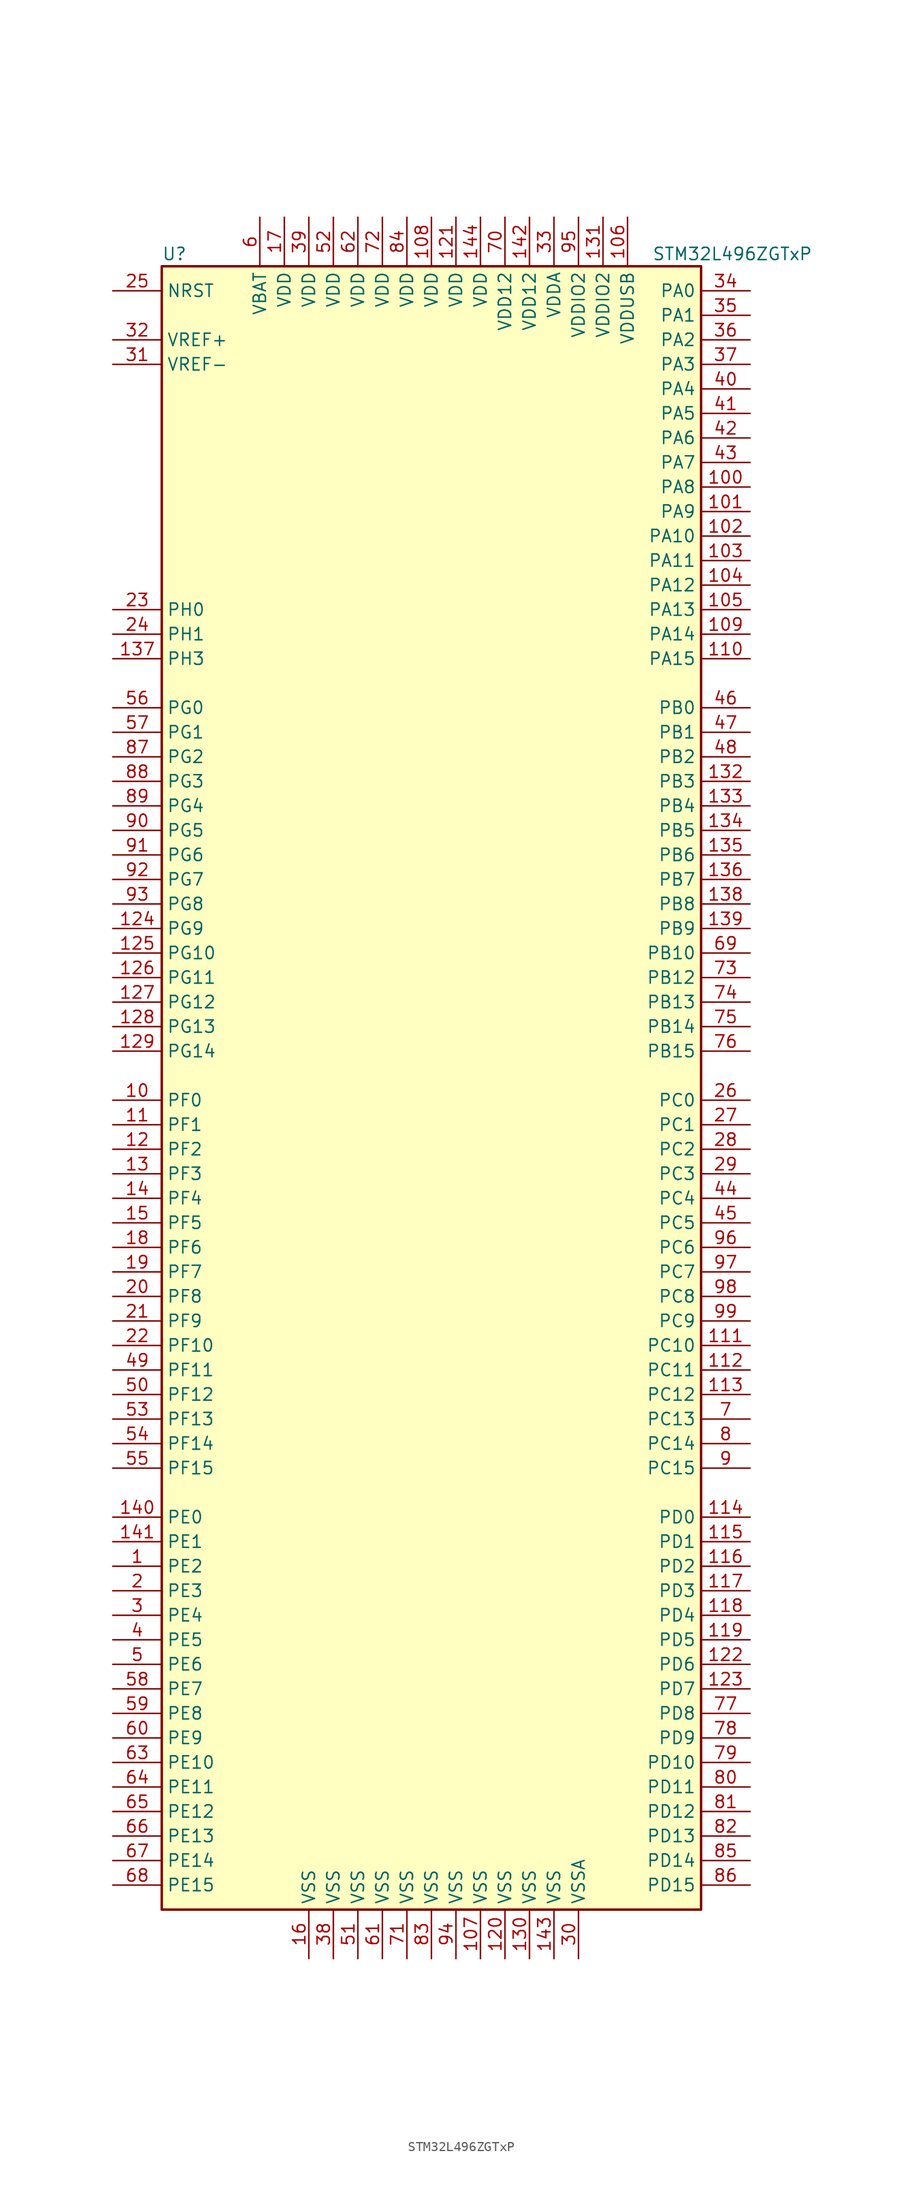
<source format=kicad_sym>
(kicad_symbol_lib
  (version 20211014)
  (generator kicad_symbol_editor)
  (symbol "STM32L496ZGTxP"
    (property "Reference" "U"
      (at -27.94 85.09 0)
      (effects (font (size 1.27 1.27)) (justify left)))
    (property "Value" "STM32L496ZGTxP"
      (at 22.86 85.09 0)
      (effects (font (size 1.27 1.27)) (justify left)))
    (symbol "STM32L496ZGTxP_0_1"
      (rectangle (start -27.94 -86.36) (end 27.94 83.82) (stroke (width 0.254) (type default) (color 0 0 0 0)) (fill (type background))))
    (symbol "STM32L496ZGTxP_1_1"
      (pin bidirectional line (at -33.02 -50.8 0) (length 5.08) (name "PE2" (effects (font (size 1.27 1.27)))) (number "1" (effects (font (size 1.27 1.27)))))
      (pin bidirectional line (at -33.02 -2.54 0) (length 5.08) (name "PF0" (effects (font (size 1.27 1.27)))) (number "10" (effects (font (size 1.27 1.27)))))
      (pin bidirectional line (at 33.02 60.96 180) (length 5.08) (name "PA8" (effects (font (size 1.27 1.27)))) (number "100" (effects (font (size 1.27 1.27)))))
      (pin bidirectional line (at 33.02 58.42 180) (length 5.08) (name "PA9" (effects (font (size 1.27 1.27)))) (number "101" (effects (font (size 1.27 1.27)))))
      (pin bidirectional line (at 33.02 55.88 180) (length 5.08) (name "PA10" (effects (font (size 1.27 1.27)))) (number "102" (effects (font (size 1.27 1.27)))))
      (pin bidirectional line (at 33.02 53.34 180) (length 5.08) (name "PA11" (effects (font (size 1.27 1.27)))) (number "103" (effects (font (size 1.27 1.27)))))
      (pin bidirectional line (at 33.02 50.8 180) (length 5.08) (name "PA12" (effects (font (size 1.27 1.27)))) (number "104" (effects (font (size 1.27 1.27)))))
      (pin bidirectional line (at 33.02 48.26 180) (length 5.08) (name "PA13" (effects (font (size 1.27 1.27)))) (number "105" (effects (font (size 1.27 1.27)))))
      (pin power_in line (at 20.32 88.9 270) (length 5.08) (name "VDDUSB" (effects (font (size 1.27 1.27)))) (number "106" (effects (font (size 1.27 1.27)))))
      (pin power_in line (at 5.08 -91.44 90) (length 5.08) (name "VSS" (effects (font (size 1.27 1.27)))) (number "107" (effects (font (size 1.27 1.27)))))
      (pin power_in line (at 0 88.9 270) (length 5.08) (name "VDD" (effects (font (size 1.27 1.27)))) (number "108" (effects (font (size 1.27 1.27)))))
      (pin bidirectional line (at 33.02 45.72 180) (length 5.08) (name "PA14" (effects (font (size 1.27 1.27)))) (number "109" (effects (font (size 1.27 1.27)))))
      (pin bidirectional line (at -33.02 -5.08 0) (length 5.08) (name "PF1" (effects (font (size 1.27 1.27)))) (number "11" (effects (font (size 1.27 1.27)))))
      (pin bidirectional line (at 33.02 43.18 180) (length 5.08) (name "PA15" (effects (font (size 1.27 1.27)))) (number "110" (effects (font (size 1.27 1.27)))))
      (pin bidirectional line (at 33.02 -27.94 180) (length 5.08) (name "PC10" (effects (font (size 1.27 1.27)))) (number "111" (effects (font (size 1.27 1.27)))))
      (pin bidirectional line (at 33.02 -30.48 180) (length 5.08) (name "PC11" (effects (font (size 1.27 1.27)))) (number "112" (effects (font (size 1.27 1.27)))))
      (pin bidirectional line (at 33.02 -33.02 180) (length 5.08) (name "PC12" (effects (font (size 1.27 1.27)))) (number "113" (effects (font (size 1.27 1.27)))))
      (pin bidirectional line (at 33.02 -45.72 180) (length 5.08) (name "PD0" (effects (font (size 1.27 1.27)))) (number "114" (effects (font (size 1.27 1.27)))))
      (pin bidirectional line (at 33.02 -48.26 180) (length 5.08) (name "PD1" (effects (font (size 1.27 1.27)))) (number "115" (effects (font (size 1.27 1.27)))))
      (pin bidirectional line (at 33.02 -50.8 180) (length 5.08) (name "PD2" (effects (font (size 1.27 1.27)))) (number "116" (effects (font (size 1.27 1.27)))))
      (pin bidirectional line (at 33.02 -53.34 180) (length 5.08) (name "PD3" (effects (font (size 1.27 1.27)))) (number "117" (effects (font (size 1.27 1.27)))))
      (pin bidirectional line (at 33.02 -55.88 180) (length 5.08) (name "PD4" (effects (font (size 1.27 1.27)))) (number "118" (effects (font (size 1.27 1.27)))))
      (pin bidirectional line (at 33.02 -58.42 180) (length 5.08) (name "PD5" (effects (font (size 1.27 1.27)))) (number "119" (effects (font (size 1.27 1.27)))))
      (pin bidirectional line (at -33.02 -7.62 0) (length 5.08) (name "PF2" (effects (font (size 1.27 1.27)))) (number "12" (effects (font (size 1.27 1.27)))))
      (pin power_in line (at 7.62 -91.44 90) (length 5.08) (name "VSS" (effects (font (size 1.27 1.27)))) (number "120" (effects (font (size 1.27 1.27)))))
      (pin power_in line (at 2.54 88.9 270) (length 5.08) (name "VDD" (effects (font (size 1.27 1.27)))) (number "121" (effects (font (size 1.27 1.27)))))
      (pin bidirectional line (at 33.02 -60.96 180) (length 5.08) (name "PD6" (effects (font (size 1.27 1.27)))) (number "122" (effects (font (size 1.27 1.27)))))
      (pin bidirectional line (at 33.02 -63.5 180) (length 5.08) (name "PD7" (effects (font (size 1.27 1.27)))) (number "123" (effects (font (size 1.27 1.27)))))
      (pin bidirectional line (at -33.02 15.24 0) (length 5.08) (name "PG9" (effects (font (size 1.27 1.27)))) (number "124" (effects (font (size 1.27 1.27)))))
      (pin bidirectional line (at -33.02 12.7 0) (length 5.08) (name "PG10" (effects (font (size 1.27 1.27)))) (number "125" (effects (font (size 1.27 1.27)))))
      (pin bidirectional line (at -33.02 10.16 0) (length 5.08) (name "PG11" (effects (font (size 1.27 1.27)))) (number "126" (effects (font (size 1.27 1.27)))))
      (pin bidirectional line (at -33.02 7.62 0) (length 5.08) (name "PG12" (effects (font (size 1.27 1.27)))) (number "127" (effects (font (size 1.27 1.27)))))
      (pin bidirectional line (at -33.02 5.08 0) (length 5.08) (name "PG13" (effects (font (size 1.27 1.27)))) (number "128" (effects (font (size 1.27 1.27)))))
      (pin bidirectional line (at -33.02 2.54 0) (length 5.08) (name "PG14" (effects (font (size 1.27 1.27)))) (number "129" (effects (font (size 1.27 1.27)))))
      (pin bidirectional line (at -33.02 -10.16 0) (length 5.08) (name "PF3" (effects (font (size 1.27 1.27)))) (number "13" (effects (font (size 1.27 1.27)))))
      (pin power_in line (at 10.16 -91.44 90) (length 5.08) (name "VSS" (effects (font (size 1.27 1.27)))) (number "130" (effects (font (size 1.27 1.27)))))
      (pin power_in line (at 17.78 88.9 270) (length 5.08) (name "VDDIO2" (effects (font (size 1.27 1.27)))) (number "131" (effects (font (size 1.27 1.27)))))
      (pin bidirectional line (at 33.02 30.48 180) (length 5.08) (name "PB3" (effects (font (size 1.27 1.27)))) (number "132" (effects (font (size 1.27 1.27)))))
      (pin bidirectional line (at 33.02 27.94 180) (length 5.08) (name "PB4" (effects (font (size 1.27 1.27)))) (number "133" (effects (font (size 1.27 1.27)))))
      (pin bidirectional line (at 33.02 25.4 180) (length 5.08) (name "PB5" (effects (font (size 1.27 1.27)))) (number "134" (effects (font (size 1.27 1.27)))))
      (pin bidirectional line (at 33.02 22.86 180) (length 5.08) (name "PB6" (effects (font (size 1.27 1.27)))) (number "135" (effects (font (size 1.27 1.27)))))
      (pin bidirectional line (at 33.02 20.32 180) (length 5.08) (name "PB7" (effects (font (size 1.27 1.27)))) (number "136" (effects (font (size 1.27 1.27)))))
      (pin bidirectional line (at -33.02 43.18 0) (length 5.08) (name "PH3" (effects (font (size 1.27 1.27)))) (number "137" (effects (font (size 1.27 1.27)))))
      (pin bidirectional line (at 33.02 17.78 180) (length 5.08) (name "PB8" (effects (font (size 1.27 1.27)))) (number "138" (effects (font (size 1.27 1.27)))))
      (pin bidirectional line (at 33.02 15.24 180) (length 5.08) (name "PB9" (effects (font (size 1.27 1.27)))) (number "139" (effects (font (size 1.27 1.27)))))
      (pin bidirectional line (at -33.02 -12.7 0) (length 5.08) (name "PF4" (effects (font (size 1.27 1.27)))) (number "14" (effects (font (size 1.27 1.27)))))
      (pin bidirectional line (at -33.02 -45.72 0) (length 5.08) (name "PE0" (effects (font (size 1.27 1.27)))) (number "140" (effects (font (size 1.27 1.27)))))
      (pin bidirectional line (at -33.02 -48.26 0) (length 5.08) (name "PE1" (effects (font (size 1.27 1.27)))) (number "141" (effects (font (size 1.27 1.27)))))
      (pin power_in line (at 10.16 88.9 270) (length 5.08) (name "VDD12" (effects (font (size 1.27 1.27)))) (number "142" (effects (font (size 1.27 1.27)))))
      (pin power_in line (at 12.7 -91.44 90) (length 5.08) (name "VSS" (effects (font (size 1.27 1.27)))) (number "143" (effects (font (size 1.27 1.27)))))
      (pin power_in line (at 5.08 88.9 270) (length 5.08) (name "VDD" (effects (font (size 1.27 1.27)))) (number "144" (effects (font (size 1.27 1.27)))))
      (pin bidirectional line (at -33.02 -15.24 0) (length 5.08) (name "PF5" (effects (font (size 1.27 1.27)))) (number "15" (effects (font (size 1.27 1.27)))))
      (pin power_in line (at -12.7 -91.44 90) (length 5.08) (name "VSS" (effects (font (size 1.27 1.27)))) (number "16" (effects (font (size 1.27 1.27)))))
      (pin power_in line (at -15.24 88.9 270) (length 5.08) (name "VDD" (effects (font (size 1.27 1.27)))) (number "17" (effects (font (size 1.27 1.27)))))
      (pin bidirectional line (at -33.02 -17.78 0) (length 5.08) (name "PF6" (effects (font (size 1.27 1.27)))) (number "18" (effects (font (size 1.27 1.27)))))
      (pin bidirectional line (at -33.02 -20.32 0) (length 5.08) (name "PF7" (effects (font (size 1.27 1.27)))) (number "19" (effects (font (size 1.27 1.27)))))
      (pin bidirectional line (at -33.02 -53.34 0) (length 5.08) (name "PE3" (effects (font (size 1.27 1.27)))) (number "2" (effects (font (size 1.27 1.27)))))
      (pin bidirectional line (at -33.02 -22.86 0) (length 5.08) (name "PF8" (effects (font (size 1.27 1.27)))) (number "20" (effects (font (size 1.27 1.27)))))
      (pin bidirectional line (at -33.02 -25.4 0) (length 5.08) (name "PF9" (effects (font (size 1.27 1.27)))) (number "21" (effects (font (size 1.27 1.27)))))
      (pin bidirectional line (at -33.02 -27.94 0) (length 5.08) (name "PF10" (effects (font (size 1.27 1.27)))) (number "22" (effects (font (size 1.27 1.27)))))
      (pin input line (at -33.02 48.26 0) (length 5.08) (name "PH0" (effects (font (size 1.27 1.27)))) (number "23" (effects (font (size 1.27 1.27)))))
      (pin input line (at -33.02 45.72 0) (length 5.08) (name "PH1" (effects (font (size 1.27 1.27)))) (number "24" (effects (font (size 1.27 1.27)))))
      (pin input line (at -33.02 81.28 0) (length 5.08) (name "NRST" (effects (font (size 1.27 1.27)))) (number "25" (effects (font (size 1.27 1.27)))))
      (pin bidirectional line (at 33.02 -2.54 180) (length 5.08) (name "PC0" (effects (font (size 1.27 1.27)))) (number "26" (effects (font (size 1.27 1.27)))))
      (pin bidirectional line (at 33.02 -5.08 180) (length 5.08) (name "PC1" (effects (font (size 1.27 1.27)))) (number "27" (effects (font (size 1.27 1.27)))))
      (pin bidirectional line (at 33.02 -7.62 180) (length 5.08) (name "PC2" (effects (font (size 1.27 1.27)))) (number "28" (effects (font (size 1.27 1.27)))))
      (pin bidirectional line (at 33.02 -10.16 180) (length 5.08) (name "PC3" (effects (font (size 1.27 1.27)))) (number "29" (effects (font (size 1.27 1.27)))))
      (pin bidirectional line (at -33.02 -55.88 0) (length 5.08) (name "PE4" (effects (font (size 1.27 1.27)))) (number "3" (effects (font (size 1.27 1.27)))))
      (pin power_in line (at 15.24 -91.44 90) (length 5.08) (name "VSSA" (effects (font (size 1.27 1.27)))) (number "30" (effects (font (size 1.27 1.27)))))
      (pin power_in line (at -33.02 73.66 0) (length 5.08) (name "VREF-" (effects (font (size 1.27 1.27)))) (number "31" (effects (font (size 1.27 1.27)))))
      (pin bidirectional line (at -33.02 76.2 0) (length 5.08) (name "VREF+" (effects (font (size 1.27 1.27)))) (number "32" (effects (font (size 1.27 1.27)))))
      (pin power_in line (at 12.7 88.9 270) (length 5.08) (name "VDDA" (effects (font (size 1.27 1.27)))) (number "33" (effects (font (size 1.27 1.27)))))
      (pin bidirectional line (at 33.02 81.28 180) (length 5.08) (name "PA0" (effects (font (size 1.27 1.27)))) (number "34" (effects (font (size 1.27 1.27)))))
      (pin bidirectional line (at 33.02 78.74 180) (length 5.08) (name "PA1" (effects (font (size 1.27 1.27)))) (number "35" (effects (font (size 1.27 1.27)))))
      (pin bidirectional line (at 33.02 76.2 180) (length 5.08) (name "PA2" (effects (font (size 1.27 1.27)))) (number "36" (effects (font (size 1.27 1.27)))))
      (pin bidirectional line (at 33.02 73.66 180) (length 5.08) (name "PA3" (effects (font (size 1.27 1.27)))) (number "37" (effects (font (size 1.27 1.27)))))
      (pin power_in line (at -10.16 -91.44 90) (length 5.08) (name "VSS" (effects (font (size 1.27 1.27)))) (number "38" (effects (font (size 1.27 1.27)))))
      (pin power_in line (at -12.7 88.9 270) (length 5.08) (name "VDD" (effects (font (size 1.27 1.27)))) (number "39" (effects (font (size 1.27 1.27)))))
      (pin bidirectional line (at -33.02 -58.42 0) (length 5.08) (name "PE5" (effects (font (size 1.27 1.27)))) (number "4" (effects (font (size 1.27 1.27)))))
      (pin bidirectional line (at 33.02 71.12 180) (length 5.08) (name "PA4" (effects (font (size 1.27 1.27)))) (number "40" (effects (font (size 1.27 1.27)))))
      (pin bidirectional line (at 33.02 68.58 180) (length 5.08) (name "PA5" (effects (font (size 1.27 1.27)))) (number "41" (effects (font (size 1.27 1.27)))))
      (pin bidirectional line (at 33.02 66.04 180) (length 5.08) (name "PA6" (effects (font (size 1.27 1.27)))) (number "42" (effects (font (size 1.27 1.27)))))
      (pin bidirectional line (at 33.02 63.5 180) (length 5.08) (name "PA7" (effects (font (size 1.27 1.27)))) (number "43" (effects (font (size 1.27 1.27)))))
      (pin bidirectional line (at 33.02 -12.7 180) (length 5.08) (name "PC4" (effects (font (size 1.27 1.27)))) (number "44" (effects (font (size 1.27 1.27)))))
      (pin bidirectional line (at 33.02 -15.24 180) (length 5.08) (name "PC5" (effects (font (size 1.27 1.27)))) (number "45" (effects (font (size 1.27 1.27)))))
      (pin bidirectional line (at 33.02 38.1 180) (length 5.08) (name "PB0" (effects (font (size 1.27 1.27)))) (number "46" (effects (font (size 1.27 1.27)))))
      (pin bidirectional line (at 33.02 35.56 180) (length 5.08) (name "PB1" (effects (font (size 1.27 1.27)))) (number "47" (effects (font (size 1.27 1.27)))))
      (pin bidirectional line (at 33.02 33.02 180) (length 5.08) (name "PB2" (effects (font (size 1.27 1.27)))) (number "48" (effects (font (size 1.27 1.27)))))
      (pin bidirectional line (at -33.02 -30.48 0) (length 5.08) (name "PF11" (effects (font (size 1.27 1.27)))) (number "49" (effects (font (size 1.27 1.27)))))
      (pin bidirectional line (at -33.02 -60.96 0) (length 5.08) (name "PE6" (effects (font (size 1.27 1.27)))) (number "5" (effects (font (size 1.27 1.27)))))
      (pin bidirectional line (at -33.02 -33.02 0) (length 5.08) (name "PF12" (effects (font (size 1.27 1.27)))) (number "50" (effects (font (size 1.27 1.27)))))
      (pin power_in line (at -7.62 -91.44 90) (length 5.08) (name "VSS" (effects (font (size 1.27 1.27)))) (number "51" (effects (font (size 1.27 1.27)))))
      (pin power_in line (at -10.16 88.9 270) (length 5.08) (name "VDD" (effects (font (size 1.27 1.27)))) (number "52" (effects (font (size 1.27 1.27)))))
      (pin bidirectional line (at -33.02 -35.56 0) (length 5.08) (name "PF13" (effects (font (size 1.27 1.27)))) (number "53" (effects (font (size 1.27 1.27)))))
      (pin bidirectional line (at -33.02 -38.1 0) (length 5.08) (name "PF14" (effects (font (size 1.27 1.27)))) (number "54" (effects (font (size 1.27 1.27)))))
      (pin bidirectional line (at -33.02 -40.64 0) (length 5.08) (name "PF15" (effects (font (size 1.27 1.27)))) (number "55" (effects (font (size 1.27 1.27)))))
      (pin bidirectional line (at -33.02 38.1 0) (length 5.08) (name "PG0" (effects (font (size 1.27 1.27)))) (number "56" (effects (font (size 1.27 1.27)))))
      (pin bidirectional line (at -33.02 35.56 0) (length 5.08) (name "PG1" (effects (font (size 1.27 1.27)))) (number "57" (effects (font (size 1.27 1.27)))))
      (pin bidirectional line (at -33.02 -63.5 0) (length 5.08) (name "PE7" (effects (font (size 1.27 1.27)))) (number "58" (effects (font (size 1.27 1.27)))))
      (pin bidirectional line (at -33.02 -66.04 0) (length 5.08) (name "PE8" (effects (font (size 1.27 1.27)))) (number "59" (effects (font (size 1.27 1.27)))))
      (pin power_in line (at -17.78 88.9 270) (length 5.08) (name "VBAT" (effects (font (size 1.27 1.27)))) (number "6" (effects (font (size 1.27 1.27)))))
      (pin bidirectional line (at -33.02 -68.58 0) (length 5.08) (name "PE9" (effects (font (size 1.27 1.27)))) (number "60" (effects (font (size 1.27 1.27)))))
      (pin power_in line (at -5.08 -91.44 90) (length 5.08) (name "VSS" (effects (font (size 1.27 1.27)))) (number "61" (effects (font (size 1.27 1.27)))))
      (pin power_in line (at -7.62 88.9 270) (length 5.08) (name "VDD" (effects (font (size 1.27 1.27)))) (number "62" (effects (font (size 1.27 1.27)))))
      (pin bidirectional line (at -33.02 -71.12 0) (length 5.08) (name "PE10" (effects (font (size 1.27 1.27)))) (number "63" (effects (font (size 1.27 1.27)))))
      (pin bidirectional line (at -33.02 -73.66 0) (length 5.08) (name "PE11" (effects (font (size 1.27 1.27)))) (number "64" (effects (font (size 1.27 1.27)))))
      (pin bidirectional line (at -33.02 -76.2 0) (length 5.08) (name "PE12" (effects (font (size 1.27 1.27)))) (number "65" (effects (font (size 1.27 1.27)))))
      (pin bidirectional line (at -33.02 -78.74 0) (length 5.08) (name "PE13" (effects (font (size 1.27 1.27)))) (number "66" (effects (font (size 1.27 1.27)))))
      (pin bidirectional line (at -33.02 -81.28 0) (length 5.08) (name "PE14" (effects (font (size 1.27 1.27)))) (number "67" (effects (font (size 1.27 1.27)))))
      (pin bidirectional line (at -33.02 -83.82 0) (length 5.08) (name "PE15" (effects (font (size 1.27 1.27)))) (number "68" (effects (font (size 1.27 1.27)))))
      (pin bidirectional line (at 33.02 12.7 180) (length 5.08) (name "PB10" (effects (font (size 1.27 1.27)))) (number "69" (effects (font (size 1.27 1.27)))))
      (pin bidirectional line (at 33.02 -35.56 180) (length 5.08) (name "PC13" (effects (font (size 1.27 1.27)))) (number "7" (effects (font (size 1.27 1.27)))))
      (pin power_in line (at 7.62 88.9 270) (length 5.08) (name "VDD12" (effects (font (size 1.27 1.27)))) (number "70" (effects (font (size 1.27 1.27)))))
      (pin power_in line (at -2.54 -91.44 90) (length 5.08) (name "VSS" (effects (font (size 1.27 1.27)))) (number "71" (effects (font (size 1.27 1.27)))))
      (pin power_in line (at -5.08 88.9 270) (length 5.08) (name "VDD" (effects (font (size 1.27 1.27)))) (number "72" (effects (font (size 1.27 1.27)))))
      (pin bidirectional line (at 33.02 10.16 180) (length 5.08) (name "PB12" (effects (font (size 1.27 1.27)))) (number "73" (effects (font (size 1.27 1.27)))))
      (pin bidirectional line (at 33.02 7.62 180) (length 5.08) (name "PB13" (effects (font (size 1.27 1.27)))) (number "74" (effects (font (size 1.27 1.27)))))
      (pin bidirectional line (at 33.02 5.08 180) (length 5.08) (name "PB14" (effects (font (size 1.27 1.27)))) (number "75" (effects (font (size 1.27 1.27)))))
      (pin bidirectional line (at 33.02 2.54 180) (length 5.08) (name "PB15" (effects (font (size 1.27 1.27)))) (number "76" (effects (font (size 1.27 1.27)))))
      (pin bidirectional line (at 33.02 -66.04 180) (length 5.08) (name "PD8" (effects (font (size 1.27 1.27)))) (number "77" (effects (font (size 1.27 1.27)))))
      (pin bidirectional line (at 33.02 -68.58 180) (length 5.08) (name "PD9" (effects (font (size 1.27 1.27)))) (number "78" (effects (font (size 1.27 1.27)))))
      (pin bidirectional line (at 33.02 -71.12 180) (length 5.08) (name "PD10" (effects (font (size 1.27 1.27)))) (number "79" (effects (font (size 1.27 1.27)))))
      (pin bidirectional line (at 33.02 -38.1 180) (length 5.08) (name "PC14" (effects (font (size 1.27 1.27)))) (number "8" (effects (font (size 1.27 1.27)))))
      (pin bidirectional line (at 33.02 -73.66 180) (length 5.08) (name "PD11" (effects (font (size 1.27 1.27)))) (number "80" (effects (font (size 1.27 1.27)))))
      (pin bidirectional line (at 33.02 -76.2 180) (length 5.08) (name "PD12" (effects (font (size 1.27 1.27)))) (number "81" (effects (font (size 1.27 1.27)))))
      (pin bidirectional line (at 33.02 -78.74 180) (length 5.08) (name "PD13" (effects (font (size 1.27 1.27)))) (number "82" (effects (font (size 1.27 1.27)))))
      (pin power_in line (at 0 -91.44 90) (length 5.08) (name "VSS" (effects (font (size 1.27 1.27)))) (number "83" (effects (font (size 1.27 1.27)))))
      (pin power_in line (at -2.54 88.9 270) (length 5.08) (name "VDD" (effects (font (size 1.27 1.27)))) (number "84" (effects (font (size 1.27 1.27)))))
      (pin bidirectional line (at 33.02 -81.28 180) (length 5.08) (name "PD14" (effects (font (size 1.27 1.27)))) (number "85" (effects (font (size 1.27 1.27)))))
      (pin bidirectional line (at 33.02 -83.82 180) (length 5.08) (name "PD15" (effects (font (size 1.27 1.27)))) (number "86" (effects (font (size 1.27 1.27)))))
      (pin bidirectional line (at -33.02 33.02 0) (length 5.08) (name "PG2" (effects (font (size 1.27 1.27)))) (number "87" (effects (font (size 1.27 1.27)))))
      (pin bidirectional line (at -33.02 30.48 0) (length 5.08) (name "PG3" (effects (font (size 1.27 1.27)))) (number "88" (effects (font (size 1.27 1.27)))))
      (pin bidirectional line (at -33.02 27.94 0) (length 5.08) (name "PG4" (effects (font (size 1.27 1.27)))) (number "89" (effects (font (size 1.27 1.27)))))
      (pin bidirectional line (at 33.02 -40.64 180) (length 5.08) (name "PC15" (effects (font (size 1.27 1.27)))) (number "9" (effects (font (size 1.27 1.27)))))
      (pin bidirectional line (at -33.02 25.4 0) (length 5.08) (name "PG5" (effects (font (size 1.27 1.27)))) (number "90" (effects (font (size 1.27 1.27)))))
      (pin bidirectional line (at -33.02 22.86 0) (length 5.08) (name "PG6" (effects (font (size 1.27 1.27)))) (number "91" (effects (font (size 1.27 1.27)))))
      (pin bidirectional line (at -33.02 20.32 0) (length 5.08) (name "PG7" (effects (font (size 1.27 1.27)))) (number "92" (effects (font (size 1.27 1.27)))))
      (pin bidirectional line (at -33.02 17.78 0) (length 5.08) (name "PG8" (effects (font (size 1.27 1.27)))) (number "93" (effects (font (size 1.27 1.27)))))
      (pin power_in line (at 2.54 -91.44 90) (length 5.08) (name "VSS" (effects (font (size 1.27 1.27)))) (number "94" (effects (font (size 1.27 1.27)))))
      (pin power_in line (at 15.24 88.9 270) (length 5.08) (name "VDDIO2" (effects (font (size 1.27 1.27)))) (number "95" (effects (font (size 1.27 1.27)))))
      (pin bidirectional line (at 33.02 -17.78 180) (length 5.08) (name "PC6" (effects (font (size 1.27 1.27)))) (number "96" (effects (font (size 1.27 1.27)))))
      (pin bidirectional line (at 33.02 -20.32 180) (length 5.08) (name "PC7" (effects (font (size 1.27 1.27)))) (number "97" (effects (font (size 1.27 1.27)))))
      (pin bidirectional line (at 33.02 -22.86 180) (length 5.08) (name "PC8" (effects (font (size 1.27 1.27)))) (number "98" (effects (font (size 1.27 1.27)))))
      (pin bidirectional line (at 33.02 -25.4 180) (length 5.08) (name "PC9" (effects (font (size 1.27 1.27)))) (number "99" (effects (font (size 1.27 1.27))))))))
</source>
